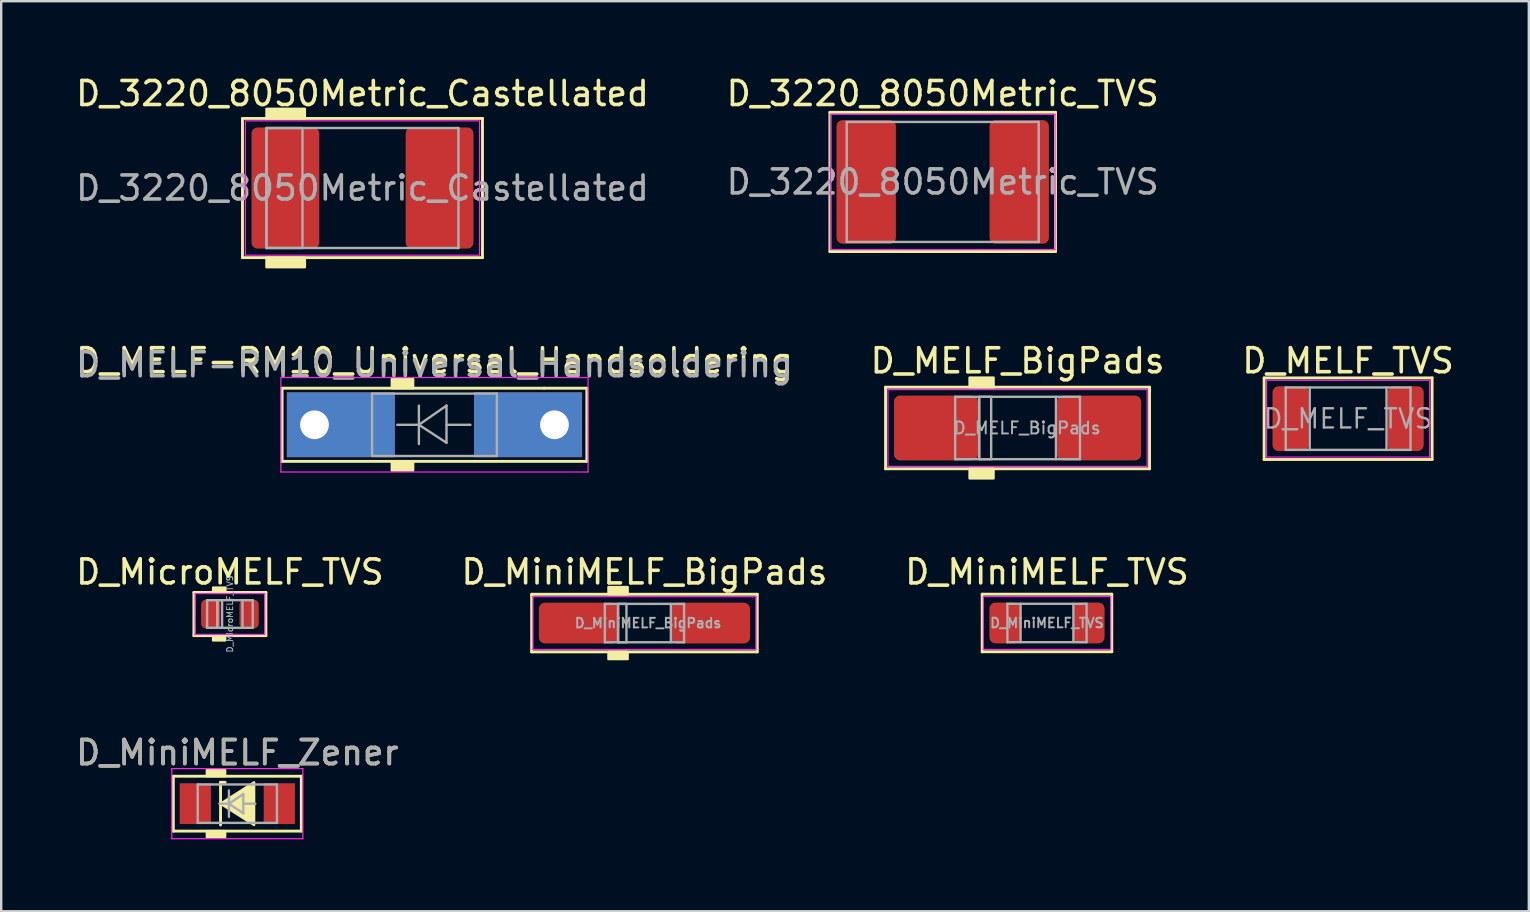
<source format=kicad_pcb>
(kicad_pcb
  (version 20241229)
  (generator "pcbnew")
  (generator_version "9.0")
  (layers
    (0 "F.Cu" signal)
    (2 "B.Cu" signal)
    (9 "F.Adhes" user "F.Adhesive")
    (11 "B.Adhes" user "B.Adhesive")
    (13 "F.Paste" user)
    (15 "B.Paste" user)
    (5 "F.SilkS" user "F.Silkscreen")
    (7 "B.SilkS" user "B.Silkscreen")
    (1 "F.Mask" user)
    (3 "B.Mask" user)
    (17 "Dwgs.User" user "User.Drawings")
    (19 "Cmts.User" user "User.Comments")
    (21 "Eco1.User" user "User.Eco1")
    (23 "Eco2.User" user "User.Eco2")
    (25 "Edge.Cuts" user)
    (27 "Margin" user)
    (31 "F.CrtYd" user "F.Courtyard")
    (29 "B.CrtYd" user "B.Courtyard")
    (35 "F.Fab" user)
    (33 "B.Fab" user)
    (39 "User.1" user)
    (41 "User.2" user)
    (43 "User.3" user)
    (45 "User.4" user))
  (footprint "D_3220_8050Metric_Castellated"
    (layer "F.Cu")
    (at 12.054 4.785)
    (property "Reference" "D_3220_8050Metric_Castellated" (at 0 -3.937 0) (layer "F.SilkS") (effects (font (size 1 1) (thickness 0.15))))
    (attr smd)
    (fp_line (start -5 -2.9) (end -5 2.9) (stroke (width 0.12) (type solid)) (layer "F.SilkS"))
    (fp_line (start -5 2.9) (end 5 2.9) (stroke (width 0.12) (type solid)) (layer "F.SilkS"))
    (fp_line (start 5 -2.9) (end -5 -2.9) (stroke (width 0.12) (type solid)) (layer "F.SilkS"))
    (fp_line (start 5 2.9) (end 5 -2.9) (stroke (width 0.12) (type solid)) (layer "F.SilkS"))
    (fp_poly (pts (xy -2.4 -2.9) (xy -4 -2.9) (xy -4 -3.3) (xy -2.4 -3.3)) (stroke (width 0.1) (type solid)) (fill yes) (layer "F.SilkS"))
    (fp_poly (pts (xy -2.4 3.3) (xy -4 3.3) (xy -4 2.9) (xy -2.4 2.9)) (stroke (width 0.1) (type solid)) (fill yes) (layer "F.SilkS"))
    (fp_rect (start -4.88 -2.8) (end 4.88 2.8) (stroke (width 0.05) (type solid)) (fill no) (layer "F.CrtYd"))
    (fp_line (start -4 -2.5) (end -4 2.5) (stroke (width 0.1) (type solid)) (layer "F.Fab"))
    (fp_line (start -4 2.5) (end 4 2.5) (stroke (width 0.1) (type solid)) (layer "F.Fab"))
    (fp_line (start 4 -2.5) (end -4 -2.5) (stroke (width 0.1) (type solid)) (layer "F.Fab"))
    (fp_line (start 4 2.5) (end 4 -2.5) (stroke (width 0.1) (type solid)) (layer "F.Fab"))
    (fp_rect (start -4 -2.5) (end -2.5 2.5) (stroke (width 0.1) (type solid)) (fill no) (layer "F.Fab"))
    (fp_text user "${REFERENCE}" (at 0 0 0) (layer "F.Fab") (effects (font (size 1 1) (thickness 0.15))))
    (pad "1" smd roundrect (at -3.212 0) (size 2.825 5.05) (layers "F.Cu" "F.Mask" "F.Paste") (roundrect_rratio 0.088))
    (pad "2" smd roundrect (at 3.212 0) (size 2.825 5.05) (layers "F.Cu" "F.Mask" "F.Paste") (roundrect_rratio 0.088)))
  (footprint "D_MiniMELF_BigPads"
    (layer "F.Cu")
    (at 23.804 22.913)
    (property "Reference" "D_MiniMELF_BigPads" (at 0 -2.131 0) (layer "F.SilkS") (effects (font (size 1 1) (thickness 0.15))))
    (attr smd)
    (fp_line (start -4.7 -1.2) (end -4.7 1.2) (stroke (width 0.12) (type solid)) (layer "F.SilkS"))
    (fp_line (start -4.7 1.2) (end 4.7 1.2) (stroke (width 0.12) (type solid)) (layer "F.SilkS"))
    (fp_line (start 4.7 -1.2) (end -4.7 -1.2) (stroke (width 0.12) (type solid)) (layer "F.SilkS"))
    (fp_line (start 4.7 1.2) (end 4.7 -1.2) (stroke (width 0.12) (type solid)) (layer "F.SilkS"))
    (fp_poly (pts (xy -0.7 -1.2) (xy -1.5 -1.2) (xy -1.5 -1.5) (xy -0.7 -1.5)) (stroke (width 0.1) (type solid)) (fill yes) (layer "F.SilkS"))
    (fp_poly (pts (xy -0.7 1.5) (xy -1.5 1.5) (xy -1.5 1.2) (xy -0.7 1.2)) (stroke (width 0.1) (type solid)) (fill yes) (layer "F.SilkS"))
    (fp_line (start -4.65 -1.1) (end 4.65 -1.1) (stroke (width 0.05) (type solid)) (layer "F.CrtYd"))
    (fp_line (start -4.65 1.1) (end -4.65 -1.1) (stroke (width 0.05) (type solid)) (layer "F.CrtYd"))
    (fp_line (start 4.65 -1.1) (end 4.65 1.1) (stroke (width 0.05) (type solid)) (layer "F.CrtYd"))
    (fp_line (start 4.65 1.1) (end -4.65 1.1) (stroke (width 0.05) (type solid)) (layer "F.CrtYd"))
    (fp_line (start -1.65 -0.8) (end 1.65 -0.8) (stroke (width 0.1) (type solid)) (layer "F.Fab"))
    (fp_line (start -1.65 0.8) (end -1.65 -0.8) (stroke (width 0.1) (type solid)) (layer "F.Fab"))
    (fp_line (start -1.1 -0.8) (end -1.1 0.8) (stroke (width 0.1) (type solid)) (layer "F.Fab"))
    (fp_line (start 1.1 -0.8) (end 1.1 0.8) (stroke (width 0.1) (type solid)) (layer "F.Fab"))
    (fp_line (start 1.65 -0.8) (end 1.65 0.8) (stroke (width 0.1) (type solid)) (layer "F.Fab"))
    (fp_line (start 1.65 0.8) (end -1.65 0.8) (stroke (width 0.1) (type solid)) (layer "F.Fab"))
    (fp_rect (start -1.1 -0.8) (end -0.75 0.8) (stroke (width 0.1) (type solid)) (fill no) (layer "F.Fab"))
    (fp_text user "${REFERENCE}" (at 0.15 0 0) (layer "F.Fab") (effects (font (size 0.4 0.4) (thickness 0.08))))
    (pad "1" smd roundrect (at -2.75 0) (size 3.3 1.7) (layers "F.Cu" "F.Mask" "F.Paste") (roundrect_rratio 0.147))
    (pad "2" smd roundrect (at 2.75 0) (size 3.3 1.7) (layers "F.Cu" "F.Mask" "F.Paste") (roundrect_rratio 0.147)))
  (footprint "D_MELF_TVS"
    (layer "F.Cu")
    (at 53.125 14.396)
    (property "Reference" "D_MELF_TVS" (at 0 -2.413 0) (layer "F.SilkS") (effects (font (size 1 1) (thickness 0.15))))
    (attr smd)
    (fp_line (start -3.5 -1.7) (end -3.5 1.7) (stroke (width 0.12) (type solid)) (layer "F.SilkS"))
    (fp_line (start -3.5 1.7) (end 3.5 1.7) (stroke (width 0.12) (type solid)) (layer "F.SilkS"))
    (fp_line (start 3.5 -1.7) (end -3.5 -1.7) (stroke (width 0.12) (type solid)) (layer "F.SilkS"))
    (fp_line (start 3.5 1.7) (end 3.5 -1.7) (stroke (width 0.12) (type solid)) (layer "F.SilkS"))
    (fp_line (start -3.4 -1.6) (end 3.4 -1.6) (stroke (width 0.05) (type solid)) (layer "F.CrtYd"))
    (fp_line (start -3.4 1.6) (end -3.4 -1.6) (stroke (width 0.05) (type solid)) (layer "F.CrtYd"))
    (fp_line (start 3.4 -1.6) (end 3.4 1.6) (stroke (width 0.05) (type solid)) (layer "F.CrtYd"))
    (fp_line (start 3.4 1.6) (end -3.4 1.6) (stroke (width 0.05) (type solid)) (layer "F.CrtYd"))
    (fp_line (start -2.6 -1.3) (end -2.6 1.3) (stroke (width 0.1) (type solid)) (layer "F.Fab"))
    (fp_line (start -2.6 1.3) (end 2.6 1.3) (stroke (width 0.1) (type solid)) (layer "F.Fab"))
    (fp_line (start -1.6 -1.3) (end -1.6 1.3) (stroke (width 0.1) (type solid)) (layer "F.Fab"))
    (fp_line (start 1.6 -1.3) (end 1.6 1.3) (stroke (width 0.1) (type solid)) (layer "F.Fab"))
    (fp_line (start 2.6 -1.3) (end -2.6 -1.3) (stroke (width 0.1) (type solid)) (layer "F.Fab"))
    (fp_line (start 2.6 1.3) (end 2.6 -1.3) (stroke (width 0.1) (type solid)) (layer "F.Fab"))
    (fp_text user "${REFERENCE}" (at 0 0 0) (layer "F.Fab") (effects (font (size 0.8 0.8) (thickness 0.1))))
    (pad "1" smd roundrect (at -2.4 0) (size 1.5 2.7) (layers "F.Cu" "F.Mask" "F.Paste") (roundrect_rratio 0.167))
    (pad "2" smd roundrect (at 2.4 0) (size 1.5 2.7) (layers "F.Cu" "F.Mask" "F.Paste") (roundrect_rratio 0.167)))
  (footprint "D_MicroMELF_TVS"
    (layer "F.Cu")
    (at 6.53 22.536)
    (property "Reference" "D_MicroMELF_TVS" (at 0 -1.754 0) (layer "F.SilkS") (effects (font (size 1 1) (thickness 0.15))))
    (attr smd)
    (fp_line (start -1.5 -0.9) (end -1.5 0.9) (stroke (width 0.12) (type solid)) (layer "F.SilkS"))
    (fp_line (start -1.5 0.9) (end 1.5 0.9) (stroke (width 0.12) (type solid)) (layer "F.SilkS"))
    (fp_line (start 1.5 -0.9) (end -1.5 -0.9) (stroke (width 0.12) (type solid)) (layer "F.SilkS"))
    (fp_line (start 1.5 0.9) (end 1.5 -0.9) (stroke (width 0.12) (type solid)) (layer "F.SilkS"))
    (fp_poly (pts (xy -0.2 -0.9) (xy -0.7 -0.9) (xy -0.7 -1.1) (xy -0.2 -1.1)) (stroke (width 0.1) (type solid)) (fill yes) (layer "F.SilkS"))
    (fp_poly (pts (xy -0.2 1.1) (xy -0.7 1.1) (xy -0.7 0.9) (xy -0.2 0.9)) (stroke (width 0.1) (type solid)) (fill yes) (layer "F.SilkS"))
    (fp_line (start -1.45 -0.85) (end -1.45 0.85) (stroke (width 0.05) (type solid)) (layer "F.CrtYd"))
    (fp_line (start -1.45 -0.85) (end 1.45 -0.85) (stroke (width 0.05) (type solid)) (layer "F.CrtYd"))
    (fp_line (start 1.45 0.85) (end -1.45 0.85) (stroke (width 0.05) (type solid)) (layer "F.CrtYd"))
    (fp_line (start 1.45 0.85) (end 1.45 -0.85) (stroke (width 0.05) (type solid)) (layer "F.CrtYd"))
    (fp_line (start -0.95 -0.575) (end 0.95 -0.575) (stroke (width 0.1) (type solid)) (layer "F.Fab"))
    (fp_line (start -0.95 0.575) (end -0.95 -0.575) (stroke (width 0.1) (type solid)) (layer "F.Fab"))
    (fp_line (start -0.525 0.575) (end -0.525 -0.575) (stroke (width 0.1) (type solid)) (layer "F.Fab"))
    (fp_line (start 0.525 -0.575) (end 0.525 0.575) (stroke (width 0.1) (type solid)) (layer "F.Fab"))
    (fp_line (start 0.95 -0.575) (end 0.95 0.575) (stroke (width 0.1) (type solid)) (layer "F.Fab"))
    (fp_line (start 0.95 0.575) (end -0.95 0.575) (stroke (width 0.1) (type solid)) (layer "F.Fab"))
    (fp_rect (start -0.525 -0.575) (end -0.325 0.575) (stroke (width 0.1) (type solid)) (fill no) (layer "F.Fab"))
    (fp_text user "${REFERENCE}" (at 0 0 90) (layer "F.Fab") (effects (font (size 0.25 0.25) (thickness 0.04))))
    (pad "1" smd roundrect (at -0.8 0) (size 0.8 1.2) (layers "F.Cu" "F.Mask" "F.Paste") (roundrect_rratio 0.25))
    (pad "2" smd roundrect (at 0.8 0) (size 0.8 1.2) (layers "F.Cu" "F.Mask" "F.Paste") (roundrect_rratio 0.25)))
  (footprint "D_MELF_BigPads"
    (layer "F.Cu")
    (at 39.351 14.784)
    (property "Reference" "D_MELF_BigPads" (at 0 -2.8 0) (layer "F.SilkS") (effects (font (size 1 1) (thickness 0.15))))
    (attr smd)
    (fp_line (start -5.5 -1.7) (end -5.5 1.7) (stroke (width 0.12) (type solid)) (layer "F.SilkS"))
    (fp_line (start -5.5 1.7) (end 5.5 1.7) (stroke (width 0.12) (type solid)) (layer "F.SilkS"))
    (fp_line (start 5.5 -1.7) (end -5.5 -1.7) (stroke (width 0.12) (type solid)) (layer "F.SilkS"))
    (fp_line (start 5.5 1.7) (end 5.5 -1.7) (stroke (width 0.12) (type solid)) (layer "F.SilkS"))
    (fp_poly (pts (xy -1 -1.7) (xy -2 -1.7) (xy -2 -2.1) (xy -1 -2.1)) (stroke (width 0.1) (type solid)) (fill yes) (layer "F.SilkS"))
    (fp_poly (pts (xy -1 2.1) (xy -2 2.1) (xy -2 1.7) (xy -1 1.7)) (stroke (width 0.1) (type solid)) (fill yes) (layer "F.SilkS"))
    (fp_line (start -5.4 -1.6) (end 5.4 -1.6) (stroke (width 0.05) (type solid)) (layer "F.CrtYd"))
    (fp_line (start -5.4 1.6) (end -5.4 -1.6) (stroke (width 0.05) (type solid)) (layer "F.CrtYd"))
    (fp_line (start 5.4 -1.6) (end 5.4 1.6) (stroke (width 0.05) (type solid)) (layer "F.CrtYd"))
    (fp_line (start 5.4 1.6) (end -5.4 1.6) (stroke (width 0.05) (type solid)) (layer "F.CrtYd"))
    (fp_line (start -2.6 -1.3) (end -2.6 1.3) (stroke (width 0.1) (type solid)) (layer "F.Fab"))
    (fp_line (start -2.6 1.3) (end 2.6 1.3) (stroke (width 0.1) (type solid)) (layer "F.Fab"))
    (fp_line (start -1.6 -1.3) (end -1.6 1.3) (stroke (width 0.1) (type solid)) (layer "F.Fab"))
    (fp_line (start 1.6 -1.3) (end 1.6 1.3) (stroke (width 0.1) (type solid)) (layer "F.Fab"))
    (fp_line (start 2.6 -1.3) (end -2.6 -1.3) (stroke (width 0.1) (type solid)) (layer "F.Fab"))
    (fp_line (start 2.6 1.3) (end 2.6 -1.3) (stroke (width 0.1) (type solid)) (layer "F.Fab"))
    (fp_rect (start -1.6 -1.3) (end -1.1 1.3) (stroke (width 0.1) (type solid)) (fill no) (layer "F.Fab"))
    (fp_text user "${REFERENCE}" (at 0.4 0 0) (layer "F.Fab") (effects (font (size 0.5 0.5) (thickness 0.08))))
    (pad "1" smd roundrect (at -3.4 0) (size 3.5 2.7) (layers "F.Cu" "F.Mask" "F.Paste") (roundrect_rratio 0.093))
    (pad "2" smd roundrect (at 3.4 0) (size 3.5 2.7) (layers "F.Cu" "F.Mask" "F.Paste") (roundrect_rratio 0.093)))
  (footprint "D_MiniMELF_Zener"
    (layer "F.Cu")
    (at 6.839 30.438)
    (property "Reference" "D_MiniMELF_Zener" (at 0 -2.127 0) (layer "F.SilkS") (effects (font (size 1 1) (thickness 0.15))))
    (attr smd)
    (fp_line (start -2.667 -1.143) (end -2.667 1.143) (stroke (width 0.12) (type solid)) (layer "F.SilkS"))
    (fp_line (start -2.667 1.143) (end 2.667 1.143) (stroke (width 0.12) (type solid)) (layer "F.SilkS"))
    (fp_line (start -0.699 -0.889) (end -0.699 0.889) (stroke (width 0.12) (type solid)) (layer "F.SilkS"))
    (fp_line (start -0.699 -0.889) (end -0.508 -0.889) (stroke (width 0.12) (type solid)) (layer "F.SilkS"))
    (fp_line (start 2.667 -1.143) (end -2.667 -1.143) (stroke (width 0.12) (type solid)) (layer "F.SilkS"))
    (fp_line (start 2.667 1.143) (end 2.667 -1.143) (stroke (width 0.12) (type solid)) (layer "F.SilkS"))
    (fp_poly (pts (xy 0.699 0.889) (xy -0.699 0) (xy 0.699 -0.889)) (stroke (width 0.1) (type solid)) (fill yes) (layer "F.SilkS"))
    (fp_poly (pts (xy -0.508 -1.143) (xy -1.27 -1.143) (xy -1.27 -1.397) (xy -0.508 -1.397)) (stroke (width 0.1) (type solid)) (fill yes) (layer "F.SilkS"))
    (fp_poly (pts (xy -0.508 1.397) (xy -1.27 1.397) (xy -1.27 1.143) (xy -0.508 1.143)) (stroke (width 0.1) (type solid)) (fill yes) (layer "F.SilkS"))
    (fp_line (start -2.731 -1.46) (end 2.731 -1.46) (stroke (width 0.05) (type solid)) (layer "F.CrtYd"))
    (fp_line (start -2.731 1.46) (end -2.731 -1.46) (stroke (width 0.05) (type solid)) (layer "F.CrtYd"))
    (fp_line (start 2.731 -1.46) (end 2.731 1.46) (stroke (width 0.05) (type solid)) (layer "F.CrtYd"))
    (fp_line (start 2.731 1.46) (end -2.731 1.46) (stroke (width 0.05) (type solid)) (layer "F.CrtYd"))
    (fp_line (start -1.65 -0.8) (end 1.65 -0.8) (stroke (width 0.1) (type solid)) (layer "F.Fab"))
    (fp_line (start -1.65 0.8) (end -1.65 -0.8) (stroke (width 0.1) (type solid)) (layer "F.Fab"))
    (fp_line (start -0.75 0) (end -0.35 0) (stroke (width 0.1) (type solid)) (layer "F.Fab"))
    (fp_line (start -0.35 0) (end -0.35 -0.55) (stroke (width 0.1) (type solid)) (layer "F.Fab"))
    (fp_line (start -0.35 0) (end -0.35 0.55) (stroke (width 0.1) (type solid)) (layer "F.Fab"))
    (fp_line (start -0.35 0) (end 0.25 -0.4) (stroke (width 0.1) (type solid)) (layer "F.Fab"))
    (fp_line (start 0.25 -0.4) (end 0.25 0.4) (stroke (width 0.1) (type solid)) (layer "F.Fab"))
    (fp_line (start 0.25 0) (end 0.75 0) (stroke (width 0.1) (type solid)) (layer "F.Fab"))
    (fp_line (start 0.25 0.4) (end -0.35 0) (stroke (width 0.1) (type solid)) (layer "F.Fab"))
    (fp_line (start 1.65 -0.8) (end 1.65 0.8) (stroke (width 0.1) (type solid)) (layer "F.Fab"))
    (fp_line (start 1.65 0.8) (end -1.65 0.8) (stroke (width 0.1) (type solid)) (layer "F.Fab"))
    (fp_text user "${REFERENCE}" (at 0 -2.127 0) (layer "F.Fab") (effects (font (size 1 1) (thickness 0.15))))
    (pad "1" smd rect (at -1.75 0) (size 1.3 1.7) (layers "F.Cu" "F.Mask" "F.Paste"))
    (pad "2" smd rect (at 1.75 0) (size 1.3 1.7) (layers "F.Cu" "F.Mask" "F.Paste")))
  (footprint "D_MELF-RM10_Universal_Handsoldering"
    (layer "F.Cu")
    (at 15.054 14.65)
    (property "Reference" "D_MELF-RM10_Universal_Handsoldering" (at 0 -2.667 0) (layer "F.SilkS") (effects (font (size 1 1) (thickness 0.15))))
    (attr through_hole)
    (fp_line (start -6.35 -1.524) (end -6.35 1.524) (stroke (width 0.12) (type solid)) (layer "F.SilkS"))
    (fp_line (start -6.35 1.524) (end 6.35 1.524) (stroke (width 0.12) (type solid)) (layer "F.SilkS"))
    (fp_line (start 4.572 -1.524) (end -6.35 -1.524) (stroke (width 0.12) (type solid)) (layer "F.SilkS"))
    (fp_line (start 6.35 -1.524) (end 4.572 -1.524) (stroke (width 0.12) (type solid)) (layer "F.SilkS"))
    (fp_line (start 6.35 1.524) (end 6.35 -1.524) (stroke (width 0.12) (type solid)) (layer "F.SilkS"))
    (fp_poly (pts (xy -0.889 -1.524) (xy -1.778 -1.524) (xy -1.778 -1.905) (xy -0.889 -1.905)) (stroke (width 0.1) (type solid)) (fill yes) (layer "F.SilkS"))
    (fp_poly (pts (xy -0.889 1.905) (xy -1.778 1.905) (xy -1.778 1.524) (xy -0.889 1.524)) (stroke (width 0.1) (type solid)) (fill yes) (layer "F.SilkS"))
    (fp_line (start -6.4 -1.968) (end 6.4 -1.968) (stroke (width 0.05) (type solid)) (layer "F.CrtYd"))
    (fp_line (start -6.4 1.968) (end -6.4 -1.968) (stroke (width 0.05) (type solid)) (layer "F.CrtYd"))
    (fp_line (start 6.4 -1.968) (end 6.4 1.968) (stroke (width 0.05) (type solid)) (layer "F.CrtYd"))
    (fp_line (start 6.4 1.968) (end -6.4 1.968) (stroke (width 0.05) (type solid)) (layer "F.CrtYd"))
    (fp_line (start -2.6 -1.3) (end -2.6 1.3) (stroke (width 0.1) (type solid)) (layer "F.Fab"))
    (fp_line (start -2.6 1.3) (end 2.6 1.3) (stroke (width 0.1) (type solid)) (layer "F.Fab"))
    (fp_line (start -0.649 -0.799) (end -0.649 0.801) (stroke (width 0.1) (type solid)) (layer "F.Fab"))
    (fp_line (start -0.649 0.001) (end -1.551 0.001) (stroke (width 0.1) (type solid)) (layer "F.Fab"))
    (fp_line (start -0.649 0.001) (end 0.501 -0.799) (stroke (width 0.1) (type solid)) (layer "F.Fab"))
    (fp_line (start -0.649 0.001) (end 0.501 0.75) (stroke (width 0.1) (type solid)) (layer "F.Fab"))
    (fp_line (start 0.501 0.001) (end 1.499 0.001) (stroke (width 0.1) (type solid)) (layer "F.Fab"))
    (fp_line (start 0.501 0.75) (end 0.501 -0.799) (stroke (width 0.1) (type solid)) (layer "F.Fab"))
    (fp_line (start 2.6 -1.3) (end -2.6 -1.3) (stroke (width 0.1) (type solid)) (layer "F.Fab"))
    (fp_line (start 2.6 1.3) (end 2.6 -1.3) (stroke (width 0.1) (type solid)) (layer "F.Fab"))
    (fp_text user "${REFERENCE}" (at 0 -2.5 0) (layer "F.Fab") (effects (font (size 1 1) (thickness 0.15))))
    (pad "1" thru_hole rect (at -5 0) (size 4.5 2.7) (drill 1.199 (offset 1.1 0)) (layers "*.Cu" "*.Mask"))
    (pad "2" thru_hole rect (at 5 0 180) (size 4.5 2.7) (drill 1.199 (offset 1.1 0)) (layers "*.Cu" "*.Mask")))
  (footprint "D_MiniMELF_TVS"
    (layer "F.Cu")
    (at 40.577 22.909)
    (property "Reference" "D_MiniMELF_TVS" (at 0 -2.127 0) (layer "F.SilkS") (effects (font (size 1 1) (thickness 0.15))))
    (attr smd)
    (fp_line (start -2.7 -1.2) (end -2.7 1.2) (stroke (width 0.12) (type solid)) (layer "F.SilkS"))
    (fp_line (start -2.7 1.2) (end 2.7 1.2) (stroke (width 0.12) (type solid)) (layer "F.SilkS"))
    (fp_line (start 2.7 -1.2) (end -2.7 -1.2) (stroke (width 0.12) (type solid)) (layer "F.SilkS"))
    (fp_line (start 2.7 1.2) (end 2.7 -1.2) (stroke (width 0.12) (type solid)) (layer "F.SilkS"))
    (fp_line (start -2.65 -1.1) (end 2.65 -1.1) (stroke (width 0.05) (type solid)) (layer "F.CrtYd"))
    (fp_line (start -2.65 1.1) (end -2.65 -1.1) (stroke (width 0.05) (type solid)) (layer "F.CrtYd"))
    (fp_line (start 2.65 -1.1) (end 2.65 1.1) (stroke (width 0.05) (type solid)) (layer "F.CrtYd"))
    (fp_line (start 2.65 1.1) (end -2.65 1.1) (stroke (width 0.05) (type solid)) (layer "F.CrtYd"))
    (fp_line (start -1.65 -0.8) (end 1.65 -0.8) (stroke (width 0.1) (type solid)) (layer "F.Fab"))
    (fp_line (start -1.65 0.8) (end -1.65 -0.8) (stroke (width 0.1) (type solid)) (layer "F.Fab"))
    (fp_line (start -1.1 -0.8) (end -1.1 0.8) (stroke (width 0.1) (type solid)) (layer "F.Fab"))
    (fp_line (start 1.1 -0.8) (end 1.1 0.8) (stroke (width 0.1) (type solid)) (layer "F.Fab"))
    (fp_line (start 1.65 -0.8) (end 1.65 0.8) (stroke (width 0.1) (type solid)) (layer "F.Fab"))
    (fp_line (start 1.65 0.8) (end -1.65 0.8) (stroke (width 0.1) (type solid)) (layer "F.Fab"))
    (fp_text user "${REFERENCE}" (at 0 0 0) (layer "F.Fab") (effects (font (size 0.4 0.4) (thickness 0.08))))
    (pad "1" smd roundrect (at -1.75 0) (size 1.3 1.7) (layers "F.Cu" "F.Mask" "F.Paste") (roundrect_rratio 0.192))
    (pad "2" smd roundrect (at 1.75 0) (size 1.3 1.7) (layers "F.Cu" "F.Mask" "F.Paste") (roundrect_rratio 0.192)))
  (footprint "D_3220_8050Metric_TVS"
    (layer "F.Cu")
    (at 36.232 4.531)
    (property "Reference" "D_3220_8050Metric_TVS" (at 0 -3.683 0) (layer "F.SilkS") (effects (font (size 1 1) (thickness 0.15))))
    (attr smd)
    (fp_line (start -4.7 -2.9) (end 4.7 -2.9) (stroke (width 0.12) (type solid)) (layer "F.SilkS"))
    (fp_line (start -4.7 2.9) (end -4.7 -2.9) (stroke (width 0.12) (type solid)) (layer "F.SilkS"))
    (fp_line (start 4.7 -2.9) (end 4.7 2.9) (stroke (width 0.12) (type solid)) (layer "F.SilkS"))
    (fp_line (start 4.7 2.9) (end -4.7 2.9) (stroke (width 0.12) (type solid)) (layer "F.SilkS"))
    (fp_line (start -4.68 -2.82) (end 4.68 -2.82) (stroke (width 0.05) (type solid)) (layer "F.CrtYd"))
    (fp_line (start -4.68 2.82) (end -4.68 -2.82) (stroke (width 0.05) (type solid)) (layer "F.CrtYd"))
    (fp_line (start 4.68 -2.82) (end 4.68 2.82) (stroke (width 0.05) (type solid)) (layer "F.CrtYd"))
    (fp_line (start 4.68 2.82) (end -4.68 2.82) (stroke (width 0.05) (type solid)) (layer "F.CrtYd"))
    (fp_line (start -4 -2.5) (end -4 2.5) (stroke (width 0.1) (type solid)) (layer "F.Fab"))
    (fp_line (start -4 2.5) (end 4 2.5) (stroke (width 0.1) (type solid)) (layer "F.Fab"))
    (fp_line (start 4 -2.5) (end -4 -2.5) (stroke (width 0.1) (type solid)) (layer "F.Fab"))
    (fp_line (start 4 2.5) (end 4 -2.5) (stroke (width 0.1) (type solid)) (layer "F.Fab"))
    (fp_text user "${REFERENCE}" (at 0 0 0) (layer "F.Fab") (effects (font (size 1 1) (thickness 0.15))))
    (pad "1" smd roundrect (at -3.188 0) (size 2.475 5.15) (layers "F.Cu" "F.Mask" "F.Paste") (roundrect_rratio 0.101))
    (pad "2" smd roundrect (at 3.188 0) (size 2.475 5.15) (layers "F.Cu" "F.Mask" "F.Paste") (roundrect_rratio 0.101)))
  (gr_rect
    (start -3 -3)
    (end 60.655 34.923)
    (stroke (width 0.1) (type default))
    (fill no)
    (layer "Edge.Cuts")))
</source>
